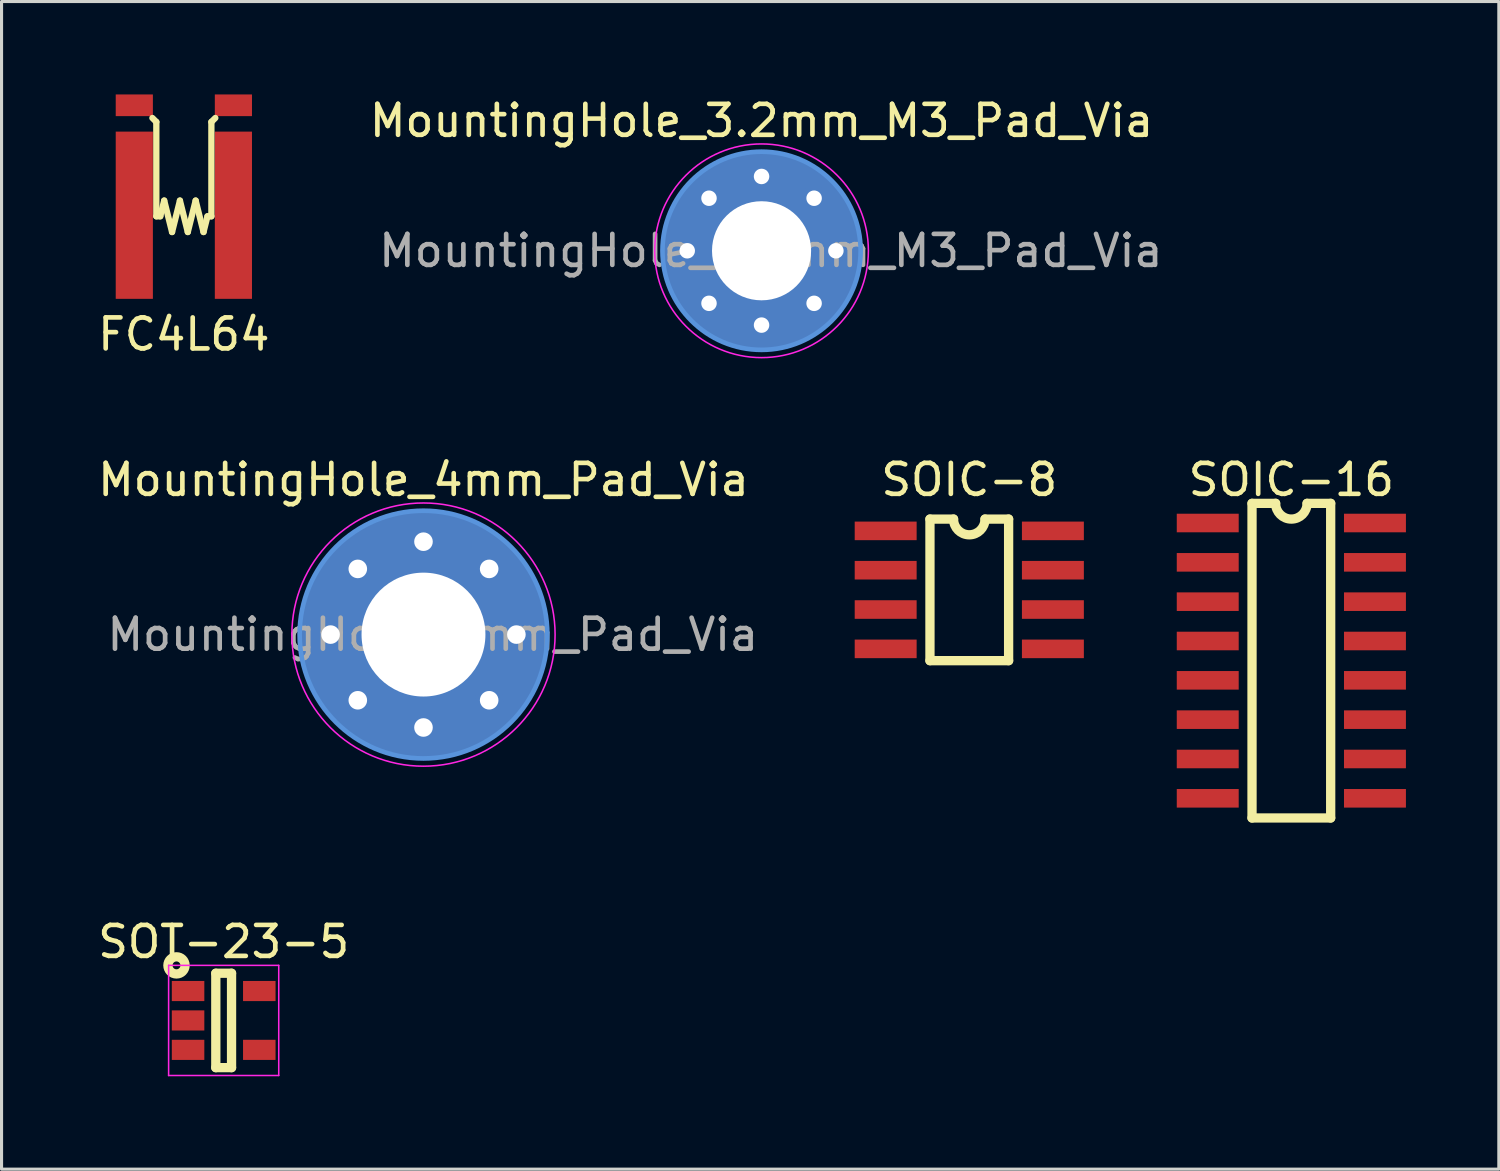
<source format=kicad_pcb>
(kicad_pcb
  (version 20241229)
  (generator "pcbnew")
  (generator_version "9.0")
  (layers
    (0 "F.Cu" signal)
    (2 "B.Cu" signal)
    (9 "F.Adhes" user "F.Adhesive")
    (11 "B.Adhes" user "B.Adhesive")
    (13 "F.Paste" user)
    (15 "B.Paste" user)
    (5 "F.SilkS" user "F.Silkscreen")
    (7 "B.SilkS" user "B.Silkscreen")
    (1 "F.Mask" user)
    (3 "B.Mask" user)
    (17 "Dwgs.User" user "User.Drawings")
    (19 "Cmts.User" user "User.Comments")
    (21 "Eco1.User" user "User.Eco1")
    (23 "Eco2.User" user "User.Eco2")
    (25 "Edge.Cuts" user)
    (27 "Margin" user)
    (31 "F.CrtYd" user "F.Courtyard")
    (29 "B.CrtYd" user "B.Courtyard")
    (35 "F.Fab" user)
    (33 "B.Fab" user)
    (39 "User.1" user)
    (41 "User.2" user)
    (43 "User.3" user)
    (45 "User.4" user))
  (footprint "SOIC-8"
    (layer "F.Cu")
    (at 28.25 15.998)
    (property "Reference" "SOIC-8" (at 0 -3.556 0) (layer "F.SilkS") (effects (font (size 1 1) (thickness 0.15))))
    (attr through_hole)
    (fp_line (start -1.27 -2.286) (end -1.27 2.286) (stroke (width 0.3) (type solid)) (layer "F.SilkS"))
    (fp_line (start -1.27 -2.286) (end -0.508 -2.286) (stroke (width 0.3) (type solid)) (layer "F.SilkS"))
    (fp_line (start -1.27 2.286) (end 1.27 2.286) (stroke (width 0.3) (type solid)) (layer "F.SilkS"))
    (fp_line (start 1.27 -2.286) (end 0.508 -2.286) (stroke (width 0.3) (type solid)) (layer "F.SilkS"))
    (fp_line (start 1.27 2.286) (end 1.27 -2.286) (stroke (width 0.3) (type solid)) (layer "F.SilkS"))
    (fp_arc (start 0.508 -2.286) (mid 0 -1.778) (end -0.508 -2.286) (stroke (width 0.3) (type solid)) (layer "F.SilkS"))
    (pad "1" smd rect (at -2.7 -1.905) (size 2 0.6) (layers "F.Cu" "F.Mask" "F.Paste"))
    (pad "2" smd rect (at -2.7 -0.635) (size 2 0.6) (layers "F.Cu" "F.Mask" "F.Paste"))
    (pad "3" smd rect (at -2.7 0.635) (size 2 0.6) (layers "F.Cu" "F.Mask" "F.Paste"))
    (pad "4" smd rect (at -2.7 1.905) (size 2 0.6) (layers "F.Cu" "F.Mask" "F.Paste"))
    (pad "5" smd rect (at 2.7 1.905) (size 2 0.6) (layers "F.Cu" "F.Mask" "F.Paste"))
    (pad "6" smd rect (at 2.7 0.635) (size 2 0.6) (layers "F.Cu" "F.Mask" "F.Paste"))
    (pad "7" smd rect (at 2.7 -0.635) (size 2 0.6) (layers "F.Cu" "F.Mask" "F.Paste"))
    (pad "8" smd rect (at 2.7 -1.905) (size 2 0.6) (layers "F.Cu" "F.Mask" "F.Paste")))
  (footprint "MountingHole_3.2mm_M3_Pad_Via"
    (layer "F.Cu")
    (at 21.542 5.048)
    (property "Reference" "MountingHole_3.2mm_M3_Pad_Via" (at 0 -4.2 0) (layer "F.SilkS") (effects (font (size 1 1) (thickness 0.15))))
    (attr exclude_from_pos_files exclude_from_bom)
    (fp_circle (center 0 0) (end 3.2 0) (stroke (width 0.15) (type solid)) (fill no) (layer "Cmts.User"))
    (fp_circle (center 0 0) (end 3.45 0) (stroke (width 0.05) (type solid)) (fill no) (layer "F.CrtYd"))
    (fp_text user "${REFERENCE}" (at 0.3 0 0) (layer "F.Fab") (effects (font (size 1 1) (thickness 0.15))))
    (pad "1" thru_hole circle (at -2.4 0) (size 0.8 0.8) (drill 0.5) (layers "*.Cu" "*.Mask"))
    (pad "1" thru_hole circle (at -1.697 -1.697) (size 0.8 0.8) (drill 0.5) (layers "*.Cu" "*.Mask"))
    (pad "1" thru_hole circle (at -1.697 1.697) (size 0.8 0.8) (drill 0.5) (layers "*.Cu" "*.Mask"))
    (pad "1" thru_hole circle (at 0 -2.4) (size 0.8 0.8) (drill 0.5) (layers "*.Cu" "*.Mask"))
    (pad "1" thru_hole circle (at 0 0) (size 6.4 6.4) (drill 3.2) (layers "*.Cu" "*.Mask"))
    (pad "1" thru_hole circle (at 0 2.4) (size 0.8 0.8) (drill 0.5) (layers "*.Cu" "*.Mask"))
    (pad "1" thru_hole circle (at 1.697 -1.697) (size 0.8 0.8) (drill 0.5) (layers "*.Cu" "*.Mask"))
    (pad "1" thru_hole circle (at 1.697 1.697) (size 0.8 0.8) (drill 0.5) (layers "*.Cu" "*.Mask"))
    (pad "1" thru_hole circle (at 2.4 0) (size 0.8 0.8) (drill 0.5) (layers "*.Cu" "*.Mask")))
  (footprint "SOIC-16"
    (layer "F.Cu")
    (at 38.65 18.284)
    (property "Reference" "SOIC-16" (at 0 -5.842 0) (layer "F.SilkS") (effects (font (size 1 1) (thickness 0.15))))
    (attr through_hole)
    (fp_line (start -1.27 -5.08) (end -1.27 5.08) (stroke (width 0.3) (type solid)) (layer "F.SilkS"))
    (fp_line (start -1.27 -5.08) (end -0.508 -5.08) (stroke (width 0.3) (type solid)) (layer "F.SilkS"))
    (fp_line (start -1.27 5.08) (end 1.27 5.08) (stroke (width 0.3) (type solid)) (layer "F.SilkS"))
    (fp_line (start 1.27 -5.08) (end 0.508 -5.08) (stroke (width 0.3) (type solid)) (layer "F.SilkS"))
    (fp_line (start 1.27 5.08) (end 1.27 -5.08) (stroke (width 0.3) (type solid)) (layer "F.SilkS"))
    (fp_arc (start 0.508 -5.08) (mid 0 -4.572) (end -0.508 -5.08) (stroke (width 0.3) (type solid)) (layer "F.SilkS"))
    (pad "1" smd rect (at -2.7 -4.445) (size 2 0.6) (layers "F.Cu" "F.Mask" "F.Paste"))
    (pad "2" smd rect (at -2.7 -3.175) (size 2 0.6) (layers "F.Cu" "F.Mask" "F.Paste"))
    (pad "3" smd rect (at -2.7 -1.905) (size 2 0.6) (layers "F.Cu" "F.Mask" "F.Paste"))
    (pad "4" smd rect (at -2.7 -0.635) (size 2 0.6) (layers "F.Cu" "F.Mask" "F.Paste"))
    (pad "5" smd rect (at -2.7 0.635) (size 2 0.6) (layers "F.Cu" "F.Mask" "F.Paste"))
    (pad "6" smd rect (at -2.7 1.905) (size 2 0.6) (layers "F.Cu" "F.Mask" "F.Paste"))
    (pad "7" smd rect (at -2.7 3.175) (size 2 0.6) (layers "F.Cu" "F.Mask" "F.Paste"))
    (pad "8" smd rect (at -2.7 4.445) (size 2 0.6) (layers "F.Cu" "F.Mask" "F.Paste"))
    (pad "9" smd rect (at 2.7 4.445) (size 2 0.6) (layers "F.Cu" "F.Mask" "F.Paste"))
    (pad "10" smd rect (at 2.7 3.175) (size 2 0.6) (layers "F.Cu" "F.Mask" "F.Paste"))
    (pad "11" smd rect (at 2.7 1.905) (size 2 0.6) (layers "F.Cu" "F.Mask" "F.Paste"))
    (pad "12" smd rect (at 2.7 0.635) (size 2 0.6) (layers "F.Cu" "F.Mask" "F.Paste"))
    (pad "13" smd rect (at 2.7 -0.635) (size 2 0.6) (layers "F.Cu" "F.Mask" "F.Paste"))
    (pad "14" smd rect (at 2.7 -1.905) (size 2 0.6) (layers "F.Cu" "F.Mask" "F.Paste"))
    (pad "15" smd rect (at 2.7 -3.175) (size 2 0.6) (layers "F.Cu" "F.Mask" "F.Paste"))
    (pad "16" smd rect (at 2.7 -4.445) (size 2 0.6) (layers "F.Cu" "F.Mask" "F.Paste")))
  (footprint "SOT-23-5"
    (layer "F.Cu")
    (at 4.173 29.902)
    (property "Reference" "SOT-23-5" (at 0 -2.54 0) (layer "F.SilkS") (effects (font (size 1 1) (thickness 0.15))))
    (attr smd)
    (fp_line (start -0.254 -1.524) (end 0.254 -1.524) (stroke (width 0.3) (type solid)) (layer "F.SilkS"))
    (fp_line (start -0.254 1.524) (end -0.254 -1.524) (stroke (width 0.3) (type solid)) (layer "F.SilkS"))
    (fp_line (start 0.254 -1.524) (end 0.254 1.524) (stroke (width 0.3) (type solid)) (layer "F.SilkS"))
    (fp_line (start 0.254 1.524) (end -0.254 1.524) (stroke (width 0.3) (type solid)) (layer "F.SilkS"))
    (fp_circle (center -1.524 -1.778) (end -1.397 -1.778) (stroke (width 0.3) (type solid)) (fill no) (layer "F.SilkS"))
    (fp_line (start -1.778 -1.778) (end 1.778 -1.778) (stroke (width 0.05) (type solid)) (layer "F.CrtYd"))
    (fp_line (start -1.778 1.778) (end -1.778 -1.778) (stroke (width 0.05) (type solid)) (layer "F.CrtYd"))
    (fp_line (start 1.778 -1.778) (end 1.778 1.778) (stroke (width 0.05) (type solid)) (layer "F.CrtYd"))
    (fp_line (start 1.778 1.778) (end -1.778 1.778) (stroke (width 0.05) (type solid)) (layer "F.CrtYd"))
    (pad "1" smd rect (at -1.15 -0.95) (size 1.05 0.65) (layers "F.Cu" "F.Mask" "F.Paste"))
    (pad "2" smd rect (at -1.15 0) (size 1.05 0.65) (layers "F.Cu" "F.Mask" "F.Paste"))
    (pad "3" smd rect (at -1.15 0.95) (size 1.05 0.65) (layers "F.Cu" "F.Mask" "F.Paste"))
    (pad "4" smd rect (at 1.15 0.95) (size 1.05 0.65) (layers "F.Cu" "F.Mask" "F.Paste"))
    (pad "5" smd rect (at 1.15 -0.95) (size 1.05 0.65) (layers "F.Cu" "F.Mask" "F.Paste")))
  (footprint "FC4L64"
    (layer "F.Cu")
    (at 2.887 3.3)
    (property "Reference" "FC4L64" (at 0 4.445 0) (layer "F.SilkS") (effects (font (size 1 1) (thickness 0.15))))
    (attr through_hole)
    (fp_line (start -1.016 -2.54) (end -0.889 -2.413) (stroke (width 0.203) (type solid)) (layer "F.SilkS"))
    (fp_line (start -0.889 -2.413) (end -0.889 0.635) (stroke (width 0.203) (type solid)) (layer "F.SilkS"))
    (fp_line (start -0.889 0.635) (end -0.762 0.635) (stroke (width 0.203) (type solid)) (layer "F.SilkS"))
    (fp_line (start -0.762 0.635) (end -0.635 0.127) (stroke (width 0.203) (type solid)) (layer "F.SilkS"))
    (fp_line (start -0.635 0.127) (end -0.381 1.143) (stroke (width 0.203) (type solid)) (layer "F.SilkS"))
    (fp_line (start -0.381 1.143) (end -0.127 0.127) (stroke (width 0.203) (type solid)) (layer "F.SilkS"))
    (fp_line (start -0.127 0.127) (end 0.127 1.143) (stroke (width 0.203) (type solid)) (layer "F.SilkS"))
    (fp_line (start 0.127 1.143) (end 0.381 0.127) (stroke (width 0.203) (type solid)) (layer "F.SilkS"))
    (fp_line (start 0.381 0.127) (end 0.635 1.143) (stroke (width 0.203) (type solid)) (layer "F.SilkS"))
    (fp_line (start 0.635 1.143) (end 0.762 0.635) (stroke (width 0.203) (type solid)) (layer "F.SilkS"))
    (fp_line (start 0.762 0.635) (end 0.889 0.635) (stroke (width 0.203) (type solid)) (layer "F.SilkS"))
    (fp_line (start 0.889 -2.413) (end 1.016 -2.54) (stroke (width 0.203) (type solid)) (layer "F.SilkS"))
    (fp_line (start 0.889 0.635) (end 0.889 -2.413) (stroke (width 0.203) (type solid)) (layer "F.SilkS"))
    (pad "1" smd rect (at -1.6 0.6) (size 1.2 5.4) (layers "F.Cu" "F.Mask" "F.Paste"))
    (pad "2" smd rect (at 1.6 0.6) (size 1.2 5.4) (layers "F.Cu" "F.Mask" "F.Paste"))
    (pad "3" smd rect (at -1.6 -2.95) (size 1.2 0.7) (layers "F.Cu" "F.Mask" "F.Paste"))
    (pad "4" smd rect (at 1.6 -2.95) (size 1.2 0.7) (layers "F.Cu" "F.Mask" "F.Paste")))
  (footprint "MountingHole_4mm_Pad_Via"
    (layer "F.Cu")
    (at 10.625 17.442)
    (property "Reference" "MountingHole_4mm_Pad_Via" (at 0 -5 0) (layer "F.SilkS") (effects (font (size 1 1) (thickness 0.15))))
    (attr exclude_from_pos_files exclude_from_bom)
    (fp_circle (center 0 0) (end 4 0) (stroke (width 0.15) (type solid)) (fill no) (layer "Cmts.User"))
    (fp_circle (center 0 0) (end 4.25 0) (stroke (width 0.05) (type solid)) (fill no) (layer "F.CrtYd"))
    (fp_text user "${REFERENCE}" (at 0.3 0 0) (layer "F.Fab") (effects (font (size 1 1) (thickness 0.15))))
    (pad "1" thru_hole circle (at -3 0) (size 0.9 0.9) (drill 0.6) (layers "*.Cu" "*.Mask"))
    (pad "1" thru_hole circle (at -2.121 -2.121) (size 0.9 0.9) (drill 0.6) (layers "*.Cu" "*.Mask"))
    (pad "1" thru_hole circle (at -2.121 2.121) (size 0.9 0.9) (drill 0.6) (layers "*.Cu" "*.Mask"))
    (pad "1" thru_hole circle (at 0 -3) (size 0.9 0.9) (drill 0.6) (layers "*.Cu" "*.Mask"))
    (pad "1" thru_hole circle (at 0 0) (size 8 8) (drill 4) (layers "*.Cu" "*.Mask"))
    (pad "1" thru_hole circle (at 0 3) (size 0.9 0.9) (drill 0.6) (layers "*.Cu" "*.Mask"))
    (pad "1" thru_hole circle (at 2.121 -2.121) (size 0.9 0.9) (drill 0.6) (layers "*.Cu" "*.Mask"))
    (pad "1" thru_hole circle (at 2.121 2.121) (size 0.9 0.9) (drill 0.6) (layers "*.Cu" "*.Mask"))
    (pad "1" thru_hole circle (at 3 0) (size 0.9 0.9) (drill 0.6) (layers "*.Cu" "*.Mask")))
  (gr_rect
    (start -3 -3)
    (end 45.35 34.705)
    (stroke (width 0.1) (type default))
    (fill no)
    (layer "Edge.Cuts")))
</source>
